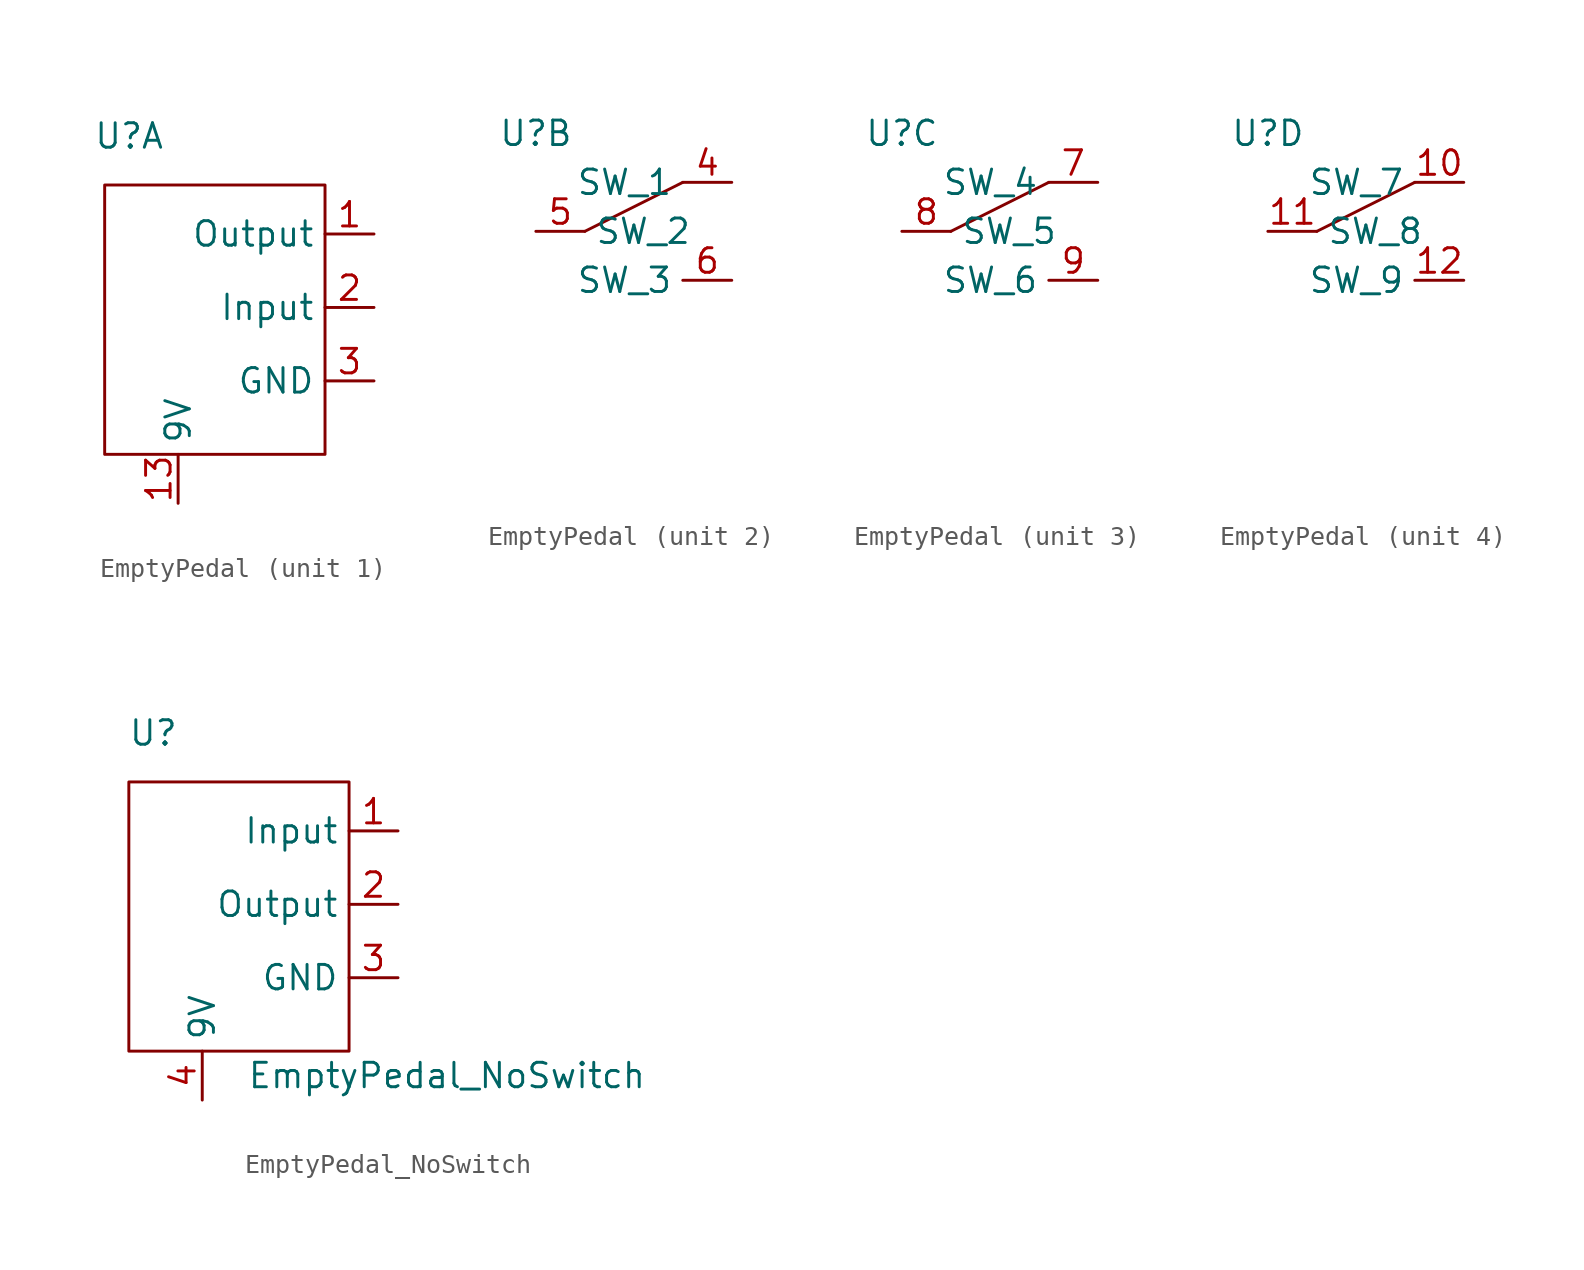
<source format=kicad_sym>
(kicad_symbol_lib
  (version 20231120)
  (generator "kicad_symbol_editor")
  (generator_version "8.0")
  (symbol "EmptyPedal"
    (property "Reference" "U"
      (at -10.16 7.62 0)
      (effects (font (size 1.27 1.27))))
    (property "Value" ""
      (at -2.54 -10.16 0)
      (effects (font (size 1.27 1.27))))
    (property "ki_locked" ""
      (at 0 0 0)
      (effects (font (size 1.27 1.27))))
    (symbol "EmptyPedal_1_1"
      (rectangle (start -11.43 5.08) (end 0 -8.89) (stroke (width 0) (type default)) (fill (type none)))
      (pin output line (at 2.54 2.54 180) (length 2.54) (name "Output" (effects (font (size 1.27 1.27)))) (number "1" (effects (font (size 1.27 1.27)))))
      (pin passive line (at -7.62 -11.43 90) (length 2.54) (name "9V" (effects (font (size 1.27 1.27)))) (number "13" (effects (font (size 1.27 1.27)))))
      (pin input line (at 2.54 -1.27 180) (length 2.54) (name "Input" (effects (font (size 1.27 1.27)))) (number "2" (effects (font (size 1.27 1.27)))))
      (pin passive line (at 2.54 -5.08 180) (length 2.54) (name "GND" (effects (font (size 1.27 1.27)))) (number "3" (effects (font (size 1.27 1.27))))))
    (symbol "EmptyPedal_2_1"
      (polyline (pts (xy -7.62 2.54) (xy -2.54 5.08)) (stroke (width 0) (type default)) (fill (type none)))
      (pin passive line (at 0 5.08 180) (length 2.54) (name "SW_1" (effects (font (size 1.27 1.27)))) (number "4" (effects (font (size 1.27 1.27)))))
      (pin passive line (at -10.16 2.54 0) (length 2.54) (name "SW_2" (effects (font (size 1.27 1.27)))) (number "5" (effects (font (size 1.27 1.27)))))
      (pin passive line (at 0 0 180) (length 2.54) (name "SW_3" (effects (font (size 1.27 1.27)))) (number "6" (effects (font (size 1.27 1.27))))))
    (symbol "EmptyPedal_3_1"
      (polyline (pts (xy -7.62 2.54) (xy -2.54 5.08)) (stroke (width 0) (type default)) (fill (type none)))
      (pin passive line (at 0 5.08 180) (length 2.54) (name "SW_4" (effects (font (size 1.27 1.27)))) (number "7" (effects (font (size 1.27 1.27)))))
      (pin passive line (at -10.16 2.54 0) (length 2.54) (name "SW_5" (effects (font (size 1.27 1.27)))) (number "8" (effects (font (size 1.27 1.27)))))
      (pin passive line (at 0 0 180) (length 2.54) (name "SW_6" (effects (font (size 1.27 1.27)))) (number "9" (effects (font (size 1.27 1.27))))))
    (symbol "EmptyPedal_4_1"
      (polyline (pts (xy -7.62 2.54) (xy -2.54 5.08)) (stroke (width 0) (type default)) (fill (type none)))
      (pin passive line (at 0 5.08 180) (length 2.54) (name "SW_7" (effects (font (size 1.27 1.27)))) (number "10" (effects (font (size 1.27 1.27)))))
      (pin passive line (at -10.16 2.54 0) (length 2.54) (name "SW_8" (effects (font (size 1.27 1.27)))) (number "11" (effects (font (size 1.27 1.27)))))
      (pin passive line (at 0 0 180) (length 2.54) (name "SW_9" (effects (font (size 1.27 1.27)))) (number "12" (effects (font (size 1.27 1.27)))))))
  (symbol "EmptyPedal_NoSwitch"
    (property "Reference" "U"
      (at -10.16 7.62 0)
      (effects (font (size 1.27 1.27))))
    (property "Value" "EmptyPedal_NoSwitch"
      (at 5.08 -10.16 0)
      (effects (font (size 1.27 1.27))))
    (symbol "EmptyPedal_NoSwitch_1_1"
      (rectangle (start -11.43 5.08) (end 0 -8.89) (stroke (width 0) (type default)) (fill (type none)))
      (pin input line (at 2.54 2.54 180) (length 2.54) (name "Input" (effects (font (size 1.27 1.27)))) (number "1" (effects (font (size 1.27 1.27)))))
      (pin output line (at 2.54 -1.27 180) (length 2.54) (name "Output" (effects (font (size 1.27 1.27)))) (number "2" (effects (font (size 1.27 1.27)))))
      (pin passive line (at 2.54 -5.08 180) (length 2.54) (name "GND" (effects (font (size 1.27 1.27)))) (number "3" (effects (font (size 1.27 1.27)))))
      (pin passive line (at -7.62 -11.43 90) (length 2.54) (name "9V" (effects (font (size 1.27 1.27)))) (number "4" (effects (font (size 1.27 1.27))))))))
</source>
